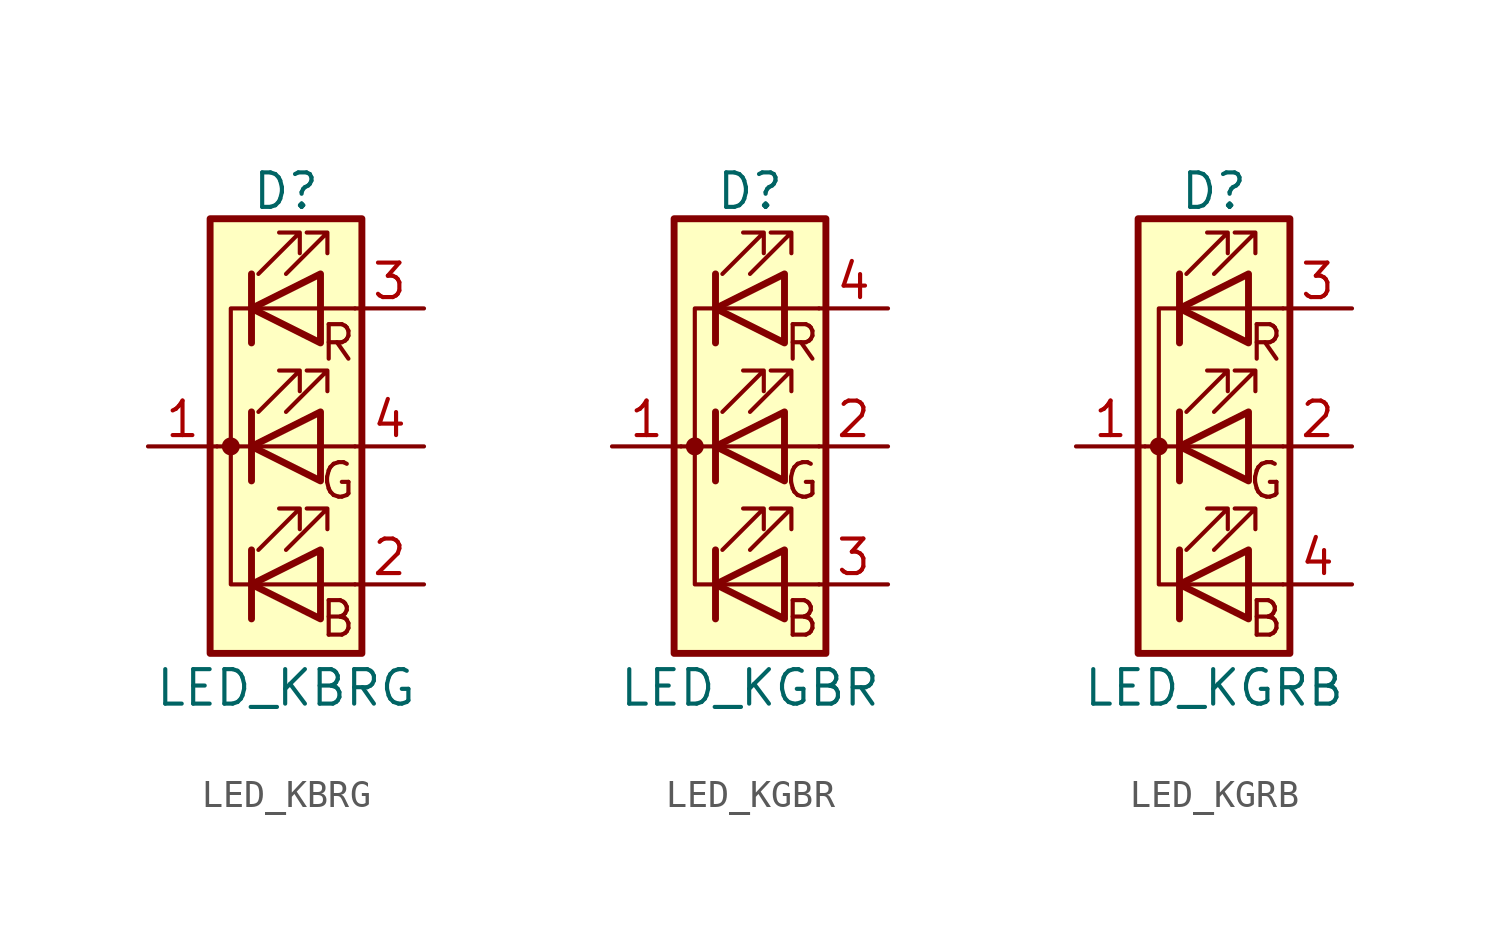
<source format=kicad_sym>
(kicad_symbol_lib
  (version 20241209)
  (generator "kicad_symbol_editor")
  (generator_version "9.0")
  (symbol "LED_KBRG"
    (pin_names
      (offset 0)
      (hide yes))
    (property "Reference" "D"
      (at 0 9.398 0)
      (effects (font (size 1.27 1.27))))
    (property "Value" "LED_KBRG"
      (at 0 -8.89 0)
      (effects (font (size 1.27 1.27))))
    (symbol "LED_KBRG_0_0"
      (text "R" (at 1.905 3.81 0) (effects (font (size 1.27 1.27))))
      (text "G" (at 1.905 -1.27 0) (effects (font (size 1.27 1.27))))
      (text "B" (at 1.905 -6.35 0) (effects (font (size 1.27 1.27)))))
    (symbol "LED_KBRG_0_1"
      (circle (center -2.032 0) (radius 0.254) (stroke (width 0) (type solid)) (fill (type outline)))
      (polyline (pts (xy -1.27 6.35) (xy -1.27 3.81)) (stroke (width 0.254) (type solid)) (fill (type none)))
      (polyline (pts (xy -1.27 6.35) (xy -1.27 3.81) (xy -1.27 3.81)) (stroke (width 0) (type solid)) (fill (type none)))
      (polyline (pts (xy -1.27 5.08) (xy 1.27 5.08)) (stroke (width 0) (type solid)) (fill (type none)))
      (polyline (pts (xy -1.27 5.08) (xy -2.032 5.08) (xy -2.032 -5.08) (xy -1.016 -5.08)) (stroke (width 0) (type solid)) (fill (type none)))
      (polyline (pts (xy -1.27 1.27) (xy -1.27 -1.27)) (stroke (width 0.254) (type solid)) (fill (type none)))
      (polyline (pts (xy -1.27 1.27) (xy -1.27 -1.27) (xy -1.27 -1.27)) (stroke (width 0) (type solid)) (fill (type none)))
      (polyline (pts (xy -1.27 0) (xy -2.54 0)) (stroke (width 0) (type solid)) (fill (type none)))
      (polyline (pts (xy -1.27 -3.81) (xy -1.27 -6.35)) (stroke (width 0.254) (type solid)) (fill (type none)))
      (polyline (pts (xy -1.27 -5.08) (xy 1.27 -5.08)) (stroke (width 0) (type solid)) (fill (type none)))
      (polyline (pts (xy -1.016 6.35) (xy 0.508 7.874) (xy -0.254 7.874) (xy 0.508 7.874) (xy 0.508 7.112)) (stroke (width 0) (type solid)) (fill (type none)))
      (polyline (pts (xy -1.016 1.27) (xy 0.508 2.794) (xy -0.254 2.794) (xy 0.508 2.794) (xy 0.508 2.032)) (stroke (width 0) (type solid)) (fill (type none)))
      (polyline (pts (xy -1.016 -3.81) (xy 0.508 -2.286) (xy -0.254 -2.286) (xy 0.508 -2.286) (xy 0.508 -3.048)) (stroke (width 0) (type solid)) (fill (type none)))
      (polyline (pts (xy 0 6.35) (xy 1.524 7.874) (xy 0.762 7.874) (xy 1.524 7.874) (xy 1.524 7.112)) (stroke (width 0) (type solid)) (fill (type none)))
      (polyline (pts (xy 0 1.27) (xy 1.524 2.794) (xy 0.762 2.794) (xy 1.524 2.794) (xy 1.524 2.032)) (stroke (width 0) (type solid)) (fill (type none)))
      (polyline (pts (xy 0 -3.81) (xy 1.524 -2.286) (xy 0.762 -2.286) (xy 1.524 -2.286) (xy 1.524 -3.048)) (stroke (width 0) (type solid)) (fill (type none)))
      (polyline (pts (xy 1.27 6.35) (xy 1.27 3.81) (xy -1.27 5.08) (xy 1.27 6.35)) (stroke (width 0.254) (type solid)) (fill (type none)))
      (rectangle (start 1.27 6.35) (end 1.27 6.35) (stroke (width 0) (type solid)) (fill (type none)))
      (polyline (pts (xy 1.27 5.08) (xy 2.54 5.08)) (stroke (width 0) (type solid)) (fill (type none)))
      (rectangle (start 1.27 3.81) (end 1.27 6.35) (stroke (width 0) (type solid)) (fill (type none)))
      (polyline (pts (xy 1.27 1.27) (xy 1.27 -1.27) (xy -1.27 0) (xy 1.27 1.27)) (stroke (width 0.254) (type solid)) (fill (type none)))
      (rectangle (start 1.27 1.27) (end 1.27 1.27) (stroke (width 0) (type solid)) (fill (type none)))
      (polyline (pts (xy 1.27 0) (xy -1.27 0)) (stroke (width 0) (type solid)) (fill (type none)))
      (polyline (pts (xy 1.27 0) (xy 2.54 0)) (stroke (width 0) (type solid)) (fill (type none)))
      (rectangle (start 1.27 -1.27) (end 1.27 1.27) (stroke (width 0) (type solid)) (fill (type none)))
      (polyline (pts (xy 1.27 -3.81) (xy 1.27 -6.35) (xy -1.27 -5.08) (xy 1.27 -3.81)) (stroke (width 0.254) (type solid)) (fill (type none)))
      (polyline (pts (xy 1.27 -5.08) (xy 2.54 -5.08)) (stroke (width 0) (type solid)) (fill (type none)))
      (rectangle (start 2.794 8.382) (end -2.794 -7.62) (stroke (width 0.254) (type solid)) (fill (type background))))
    (symbol "LED_KBRG_1_1"
      (pin passive line (at -5.08 0 0) (length 2.54) (name "K" (effects (font (size 1.27 1.27)))) (number "1" (effects (font (size 1.27 1.27)))))
      (pin passive line (at 5.08 5.08 180) (length 2.54) (name "RA" (effects (font (size 1.27 1.27)))) (number "3" (effects (font (size 1.27 1.27)))))
      (pin passive line (at 5.08 0 180) (length 2.54) (name "GA" (effects (font (size 1.27 1.27)))) (number "4" (effects (font (size 1.27 1.27)))))
      (pin passive line (at 5.08 -5.08 180) (length 2.54) (name "BA" (effects (font (size 1.27 1.27)))) (number "2" (effects (font (size 1.27 1.27)))))))
  (symbol "LED_KGBR"
    (pin_names
      (offset 0)
      (hide yes))
    (property "Reference" "D"
      (at 0 9.398 0)
      (effects (font (size 1.27 1.27))))
    (property "Value" "LED_KGBR"
      (at 0 -8.89 0)
      (effects (font (size 1.27 1.27))))
    (symbol "LED_KGBR_0_0"
      (text "R" (at 1.905 3.81 0) (effects (font (size 1.27 1.27))))
      (text "G" (at 1.905 -1.27 0) (effects (font (size 1.27 1.27))))
      (text "B" (at 1.905 -6.35 0) (effects (font (size 1.27 1.27)))))
    (symbol "LED_KGBR_0_1"
      (circle (center -2.032 0) (radius 0.254) (stroke (width 0) (type solid)) (fill (type outline)))
      (polyline (pts (xy -1.27 6.35) (xy -1.27 3.81)) (stroke (width 0.254) (type solid)) (fill (type none)))
      (polyline (pts (xy -1.27 6.35) (xy -1.27 3.81) (xy -1.27 3.81)) (stroke (width 0) (type solid)) (fill (type none)))
      (polyline (pts (xy -1.27 5.08) (xy 1.27 5.08)) (stroke (width 0) (type solid)) (fill (type none)))
      (polyline (pts (xy -1.27 5.08) (xy -2.032 5.08) (xy -2.032 -5.08) (xy -1.016 -5.08)) (stroke (width 0) (type solid)) (fill (type none)))
      (polyline (pts (xy -1.27 1.27) (xy -1.27 -1.27)) (stroke (width 0.254) (type solid)) (fill (type none)))
      (polyline (pts (xy -1.27 1.27) (xy -1.27 -1.27) (xy -1.27 -1.27)) (stroke (width 0) (type solid)) (fill (type none)))
      (polyline (pts (xy -1.27 0) (xy -2.54 0)) (stroke (width 0) (type solid)) (fill (type none)))
      (polyline (pts (xy -1.27 -3.81) (xy -1.27 -6.35)) (stroke (width 0.254) (type solid)) (fill (type none)))
      (polyline (pts (xy -1.27 -5.08) (xy 1.27 -5.08)) (stroke (width 0) (type solid)) (fill (type none)))
      (polyline (pts (xy -1.016 6.35) (xy 0.508 7.874) (xy -0.254 7.874) (xy 0.508 7.874) (xy 0.508 7.112)) (stroke (width 0) (type solid)) (fill (type none)))
      (polyline (pts (xy -1.016 1.27) (xy 0.508 2.794) (xy -0.254 2.794) (xy 0.508 2.794) (xy 0.508 2.032)) (stroke (width 0) (type solid)) (fill (type none)))
      (polyline (pts (xy -1.016 -3.81) (xy 0.508 -2.286) (xy -0.254 -2.286) (xy 0.508 -2.286) (xy 0.508 -3.048)) (stroke (width 0) (type solid)) (fill (type none)))
      (polyline (pts (xy 0 6.35) (xy 1.524 7.874) (xy 0.762 7.874) (xy 1.524 7.874) (xy 1.524 7.112)) (stroke (width 0) (type solid)) (fill (type none)))
      (polyline (pts (xy 0 1.27) (xy 1.524 2.794) (xy 0.762 2.794) (xy 1.524 2.794) (xy 1.524 2.032)) (stroke (width 0) (type solid)) (fill (type none)))
      (polyline (pts (xy 0 -3.81) (xy 1.524 -2.286) (xy 0.762 -2.286) (xy 1.524 -2.286) (xy 1.524 -3.048)) (stroke (width 0) (type solid)) (fill (type none)))
      (polyline (pts (xy 1.27 6.35) (xy 1.27 3.81) (xy -1.27 5.08) (xy 1.27 6.35)) (stroke (width 0.254) (type solid)) (fill (type none)))
      (rectangle (start 1.27 6.35) (end 1.27 6.35) (stroke (width 0) (type solid)) (fill (type none)))
      (polyline (pts (xy 1.27 5.08) (xy 2.54 5.08)) (stroke (width 0) (type solid)) (fill (type none)))
      (rectangle (start 1.27 3.81) (end 1.27 6.35) (stroke (width 0) (type solid)) (fill (type none)))
      (polyline (pts (xy 1.27 1.27) (xy 1.27 -1.27) (xy -1.27 0) (xy 1.27 1.27)) (stroke (width 0.254) (type solid)) (fill (type none)))
      (rectangle (start 1.27 1.27) (end 1.27 1.27) (stroke (width 0) (type solid)) (fill (type none)))
      (polyline (pts (xy 1.27 0) (xy -1.27 0)) (stroke (width 0) (type solid)) (fill (type none)))
      (polyline (pts (xy 1.27 0) (xy 2.54 0)) (stroke (width 0) (type solid)) (fill (type none)))
      (rectangle (start 1.27 -1.27) (end 1.27 1.27) (stroke (width 0) (type solid)) (fill (type none)))
      (polyline (pts (xy 1.27 -3.81) (xy 1.27 -6.35) (xy -1.27 -5.08) (xy 1.27 -3.81)) (stroke (width 0.254) (type solid)) (fill (type none)))
      (polyline (pts (xy 1.27 -5.08) (xy 2.54 -5.08)) (stroke (width 0) (type solid)) (fill (type none)))
      (rectangle (start 2.794 8.382) (end -2.794 -7.62) (stroke (width 0.254) (type solid)) (fill (type background))))
    (symbol "LED_KGBR_1_1"
      (pin passive line (at -5.08 0 0) (length 2.54) (name "K" (effects (font (size 1.27 1.27)))) (number "1" (effects (font (size 1.27 1.27)))))
      (pin passive line (at 5.08 5.08 180) (length 2.54) (name "RA" (effects (font (size 1.27 1.27)))) (number "4" (effects (font (size 1.27 1.27)))))
      (pin passive line (at 5.08 0 180) (length 2.54) (name "GA" (effects (font (size 1.27 1.27)))) (number "2" (effects (font (size 1.27 1.27)))))
      (pin passive line (at 5.08 -5.08 180) (length 2.54) (name "BA" (effects (font (size 1.27 1.27)))) (number "3" (effects (font (size 1.27 1.27)))))))
  (symbol "LED_KGRB"
    (pin_names
      (offset 0)
      (hide yes))
    (property "Reference" "D"
      (at 0 9.398 0)
      (effects (font (size 1.27 1.27))))
    (property "Value" "LED_KGRB"
      (at 0 -8.89 0)
      (effects (font (size 1.27 1.27))))
    (symbol "LED_KGRB_0_0"
      (text "R" (at 1.905 3.81 0) (effects (font (size 1.27 1.27))))
      (text "G" (at 1.905 -1.27 0) (effects (font (size 1.27 1.27))))
      (text "B" (at 1.905 -6.35 0) (effects (font (size 1.27 1.27)))))
    (symbol "LED_KGRB_0_1"
      (circle (center -2.032 0) (radius 0.254) (stroke (width 0) (type solid)) (fill (type outline)))
      (polyline (pts (xy -1.27 6.35) (xy -1.27 3.81)) (stroke (width 0.254) (type solid)) (fill (type none)))
      (polyline (pts (xy -1.27 6.35) (xy -1.27 3.81) (xy -1.27 3.81)) (stroke (width 0) (type solid)) (fill (type none)))
      (polyline (pts (xy -1.27 5.08) (xy 1.27 5.08)) (stroke (width 0) (type solid)) (fill (type none)))
      (polyline (pts (xy -1.27 5.08) (xy -2.032 5.08) (xy -2.032 -5.08) (xy -1.016 -5.08)) (stroke (width 0) (type solid)) (fill (type none)))
      (polyline (pts (xy -1.27 1.27) (xy -1.27 -1.27)) (stroke (width 0.254) (type solid)) (fill (type none)))
      (polyline (pts (xy -1.27 1.27) (xy -1.27 -1.27) (xy -1.27 -1.27)) (stroke (width 0) (type solid)) (fill (type none)))
      (polyline (pts (xy -1.27 0) (xy -2.54 0)) (stroke (width 0) (type solid)) (fill (type none)))
      (polyline (pts (xy -1.27 -3.81) (xy -1.27 -6.35)) (stroke (width 0.254) (type solid)) (fill (type none)))
      (polyline (pts (xy -1.27 -5.08) (xy 1.27 -5.08)) (stroke (width 0) (type solid)) (fill (type none)))
      (polyline (pts (xy -1.016 6.35) (xy 0.508 7.874) (xy -0.254 7.874) (xy 0.508 7.874) (xy 0.508 7.112)) (stroke (width 0) (type solid)) (fill (type none)))
      (polyline (pts (xy -1.016 1.27) (xy 0.508 2.794) (xy -0.254 2.794) (xy 0.508 2.794) (xy 0.508 2.032)) (stroke (width 0) (type solid)) (fill (type none)))
      (polyline (pts (xy -1.016 -3.81) (xy 0.508 -2.286) (xy -0.254 -2.286) (xy 0.508 -2.286) (xy 0.508 -3.048)) (stroke (width 0) (type solid)) (fill (type none)))
      (polyline (pts (xy 0 6.35) (xy 1.524 7.874) (xy 0.762 7.874) (xy 1.524 7.874) (xy 1.524 7.112)) (stroke (width 0) (type solid)) (fill (type none)))
      (polyline (pts (xy 0 1.27) (xy 1.524 2.794) (xy 0.762 2.794) (xy 1.524 2.794) (xy 1.524 2.032)) (stroke (width 0) (type solid)) (fill (type none)))
      (polyline (pts (xy 0 -3.81) (xy 1.524 -2.286) (xy 0.762 -2.286) (xy 1.524 -2.286) (xy 1.524 -3.048)) (stroke (width 0) (type solid)) (fill (type none)))
      (polyline (pts (xy 1.27 6.35) (xy 1.27 3.81) (xy -1.27 5.08) (xy 1.27 6.35)) (stroke (width 0.254) (type solid)) (fill (type none)))
      (rectangle (start 1.27 6.35) (end 1.27 6.35) (stroke (width 0) (type solid)) (fill (type none)))
      (polyline (pts (xy 1.27 5.08) (xy 2.54 5.08)) (stroke (width 0) (type solid)) (fill (type none)))
      (rectangle (start 1.27 3.81) (end 1.27 6.35) (stroke (width 0) (type solid)) (fill (type none)))
      (polyline (pts (xy 1.27 1.27) (xy 1.27 -1.27) (xy -1.27 0) (xy 1.27 1.27)) (stroke (width 0.254) (type solid)) (fill (type none)))
      (rectangle (start 1.27 1.27) (end 1.27 1.27) (stroke (width 0) (type solid)) (fill (type none)))
      (polyline (pts (xy 1.27 0) (xy -1.27 0)) (stroke (width 0) (type solid)) (fill (type none)))
      (polyline (pts (xy 1.27 0) (xy 2.54 0)) (stroke (width 0) (type solid)) (fill (type none)))
      (rectangle (start 1.27 -1.27) (end 1.27 1.27) (stroke (width 0) (type solid)) (fill (type none)))
      (polyline (pts (xy 1.27 -3.81) (xy 1.27 -6.35) (xy -1.27 -5.08) (xy 1.27 -3.81)) (stroke (width 0.254) (type solid)) (fill (type none)))
      (polyline (pts (xy 1.27 -5.08) (xy 2.54 -5.08)) (stroke (width 0) (type solid)) (fill (type none)))
      (rectangle (start 2.794 8.382) (end -2.794 -7.62) (stroke (width 0.254) (type solid)) (fill (type background))))
    (symbol "LED_KGRB_1_1"
      (pin passive line (at -5.08 0 0) (length 2.54) (name "K" (effects (font (size 1.27 1.27)))) (number "1" (effects (font (size 1.27 1.27)))))
      (pin passive line (at 5.08 5.08 180) (length 2.54) (name "RA" (effects (font (size 1.27 1.27)))) (number "3" (effects (font (size 1.27 1.27)))))
      (pin passive line (at 5.08 0 180) (length 2.54) (name "GA" (effects (font (size 1.27 1.27)))) (number "2" (effects (font (size 1.27 1.27)))))
      (pin passive line (at 5.08 -5.08 180) (length 2.54) (name "BA" (effects (font (size 1.27 1.27)))) (number "4" (effects (font (size 1.27 1.27))))))))
</source>
